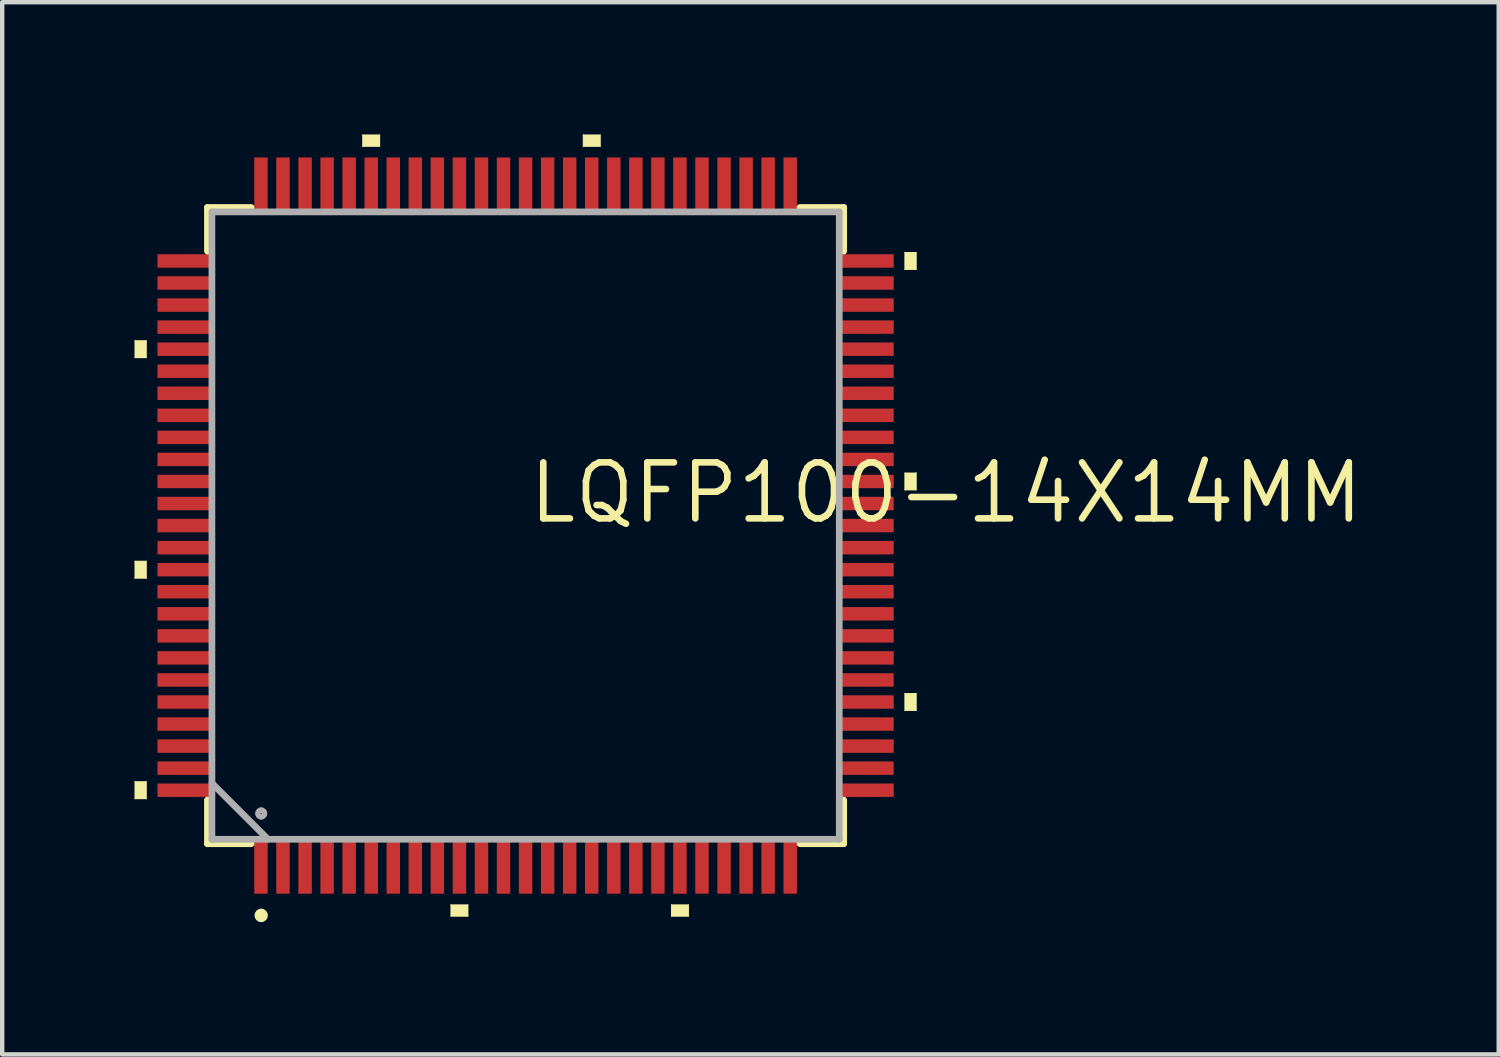
<source format=kicad_pcb>
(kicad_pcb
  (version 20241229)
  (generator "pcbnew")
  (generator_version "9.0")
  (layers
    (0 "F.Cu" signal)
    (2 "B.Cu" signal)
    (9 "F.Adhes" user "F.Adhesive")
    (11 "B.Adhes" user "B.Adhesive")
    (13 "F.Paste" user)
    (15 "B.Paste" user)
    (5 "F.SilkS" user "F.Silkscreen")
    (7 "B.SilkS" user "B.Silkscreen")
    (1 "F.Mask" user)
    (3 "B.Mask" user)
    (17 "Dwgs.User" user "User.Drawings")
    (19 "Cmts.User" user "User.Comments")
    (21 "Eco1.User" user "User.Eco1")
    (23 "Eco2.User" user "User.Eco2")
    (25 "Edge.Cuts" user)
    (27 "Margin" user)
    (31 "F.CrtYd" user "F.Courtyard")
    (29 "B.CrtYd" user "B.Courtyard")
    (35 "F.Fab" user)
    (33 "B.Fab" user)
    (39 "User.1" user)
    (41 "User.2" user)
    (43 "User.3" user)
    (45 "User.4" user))
  (footprint "LQFP100-14X14MM"
    (layer "F.Cu")
    (at 8.867 8.867)
    (property "Reference" "LQFP100-14X14MM" (at 0 0 0) (layer "F.SilkS") (effects (font (size 1.27 1.27) (thickness 0.15)) (justify left bottom)))
    (fp_line (start -8.855 -4.19) (end -8.602 -4.19) (stroke (width 0.025) (type solid)) (layer "F.SilkS"))
    (fp_line (start -8.855 -3.81) (end -8.855 -4.19) (stroke (width 0.025) (type solid)) (layer "F.SilkS"))
    (fp_line (start -8.855 0.81) (end -8.602 0.81) (stroke (width 0.025) (type solid)) (layer "F.SilkS"))
    (fp_line (start -8.855 1.191) (end -8.855 0.81) (stroke (width 0.025) (type solid)) (layer "F.SilkS"))
    (fp_line (start -8.855 5.809) (end -8.602 5.809) (stroke (width 0.025) (type solid)) (layer "F.SilkS"))
    (fp_line (start -8.855 6.191) (end -8.855 5.809) (stroke (width 0.025) (type solid)) (layer "F.SilkS"))
    (fp_line (start -8.602 -4.19) (end -8.602 -3.81) (stroke (width 0.025) (type solid)) (layer "F.SilkS"))
    (fp_line (start -8.602 -3.81) (end -8.855 -3.81) (stroke (width 0.025) (type solid)) (layer "F.SilkS"))
    (fp_line (start -8.602 0.81) (end -8.602 1.191) (stroke (width 0.025) (type solid)) (layer "F.SilkS"))
    (fp_line (start -8.602 1.191) (end -8.855 1.191) (stroke (width 0.025) (type solid)) (layer "F.SilkS"))
    (fp_line (start -8.602 5.809) (end -8.602 6.191) (stroke (width 0.025) (type solid)) (layer "F.SilkS"))
    (fp_line (start -8.602 6.191) (end -8.855 6.191) (stroke (width 0.025) (type solid)) (layer "F.SilkS"))
    (fp_line (start -7.213 -7.213) (end -7.213 -6.223) (stroke (width 0.152) (type solid)) (layer "F.SilkS"))
    (fp_line (start -7.213 6.223) (end -7.213 7.213) (stroke (width 0.152) (type solid)) (layer "F.SilkS"))
    (fp_line (start -7.213 7.213) (end -6.223 7.213) (stroke (width 0.152) (type solid)) (layer "F.SilkS"))
    (fp_line (start -6.223 -7.213) (end -7.213 -7.213) (stroke (width 0.152) (type solid)) (layer "F.SilkS"))
    (fp_line (start -3.691 -8.855) (end -3.31 -8.855) (stroke (width 0.025) (type solid)) (layer "F.SilkS"))
    (fp_line (start -3.691 -8.601) (end -3.691 -8.855) (stroke (width 0.025) (type solid)) (layer "F.SilkS"))
    (fp_line (start -3.31 -8.855) (end -3.31 -8.601) (stroke (width 0.025) (type solid)) (layer "F.SilkS"))
    (fp_line (start -3.31 -8.601) (end -3.691 -8.601) (stroke (width 0.025) (type solid)) (layer "F.SilkS"))
    (fp_line (start -1.691 8.601) (end -1.691 8.855) (stroke (width 0.025) (type solid)) (layer "F.SilkS"))
    (fp_line (start -1.691 8.855) (end -1.309 8.855) (stroke (width 0.025) (type solid)) (layer "F.SilkS"))
    (fp_line (start -1.309 8.601) (end -1.691 8.601) (stroke (width 0.025) (type solid)) (layer "F.SilkS"))
    (fp_line (start -1.309 8.855) (end -1.309 8.601) (stroke (width 0.025) (type solid)) (layer "F.SilkS"))
    (fp_line (start 1.309 -8.855) (end 1.691 -8.855) (stroke (width 0.025) (type solid)) (layer "F.SilkS"))
    (fp_line (start 1.309 -8.601) (end 1.309 -8.855) (stroke (width 0.025) (type solid)) (layer "F.SilkS"))
    (fp_line (start 1.691 -8.855) (end 1.691 -8.601) (stroke (width 0.025) (type solid)) (layer "F.SilkS"))
    (fp_line (start 1.691 -8.601) (end 1.309 -8.601) (stroke (width 0.025) (type solid)) (layer "F.SilkS"))
    (fp_line (start 3.31 8.601) (end 3.31 8.855) (stroke (width 0.025) (type solid)) (layer "F.SilkS"))
    (fp_line (start 3.31 8.855) (end 3.691 8.855) (stroke (width 0.025) (type solid)) (layer "F.SilkS"))
    (fp_line (start 3.691 8.601) (end 3.31 8.601) (stroke (width 0.025) (type solid)) (layer "F.SilkS"))
    (fp_line (start 3.691 8.855) (end 3.691 8.601) (stroke (width 0.025) (type solid)) (layer "F.SilkS"))
    (fp_line (start 6.223 7.213) (end 7.213 7.213) (stroke (width 0.152) (type solid)) (layer "F.SilkS"))
    (fp_line (start 7.213 -7.213) (end 6.223 -7.213) (stroke (width 0.152) (type solid)) (layer "F.SilkS"))
    (fp_line (start 7.213 -6.223) (end 7.213 -7.213) (stroke (width 0.152) (type solid)) (layer "F.SilkS"))
    (fp_line (start 7.213 7.213) (end 7.213 6.223) (stroke (width 0.152) (type solid)) (layer "F.SilkS"))
    (fp_line (start 8.602 -6.191) (end 8.602 -5.809) (stroke (width 0.025) (type solid)) (layer "F.SilkS"))
    (fp_line (start 8.602 -5.809) (end 8.855 -5.809) (stroke (width 0.025) (type solid)) (layer "F.SilkS"))
    (fp_line (start 8.602 -1.191) (end 8.602 -0.81) (stroke (width 0.025) (type solid)) (layer "F.SilkS"))
    (fp_line (start 8.602 -0.81) (end 8.855 -0.81) (stroke (width 0.025) (type solid)) (layer "F.SilkS"))
    (fp_line (start 8.602 3.81) (end 8.602 4.19) (stroke (width 0.025) (type solid)) (layer "F.SilkS"))
    (fp_line (start 8.602 4.19) (end 8.855 4.19) (stroke (width 0.025) (type solid)) (layer "F.SilkS"))
    (fp_line (start 8.855 -6.191) (end 8.602 -6.191) (stroke (width 0.025) (type solid)) (layer "F.SilkS"))
    (fp_line (start 8.855 -5.809) (end 8.855 -6.191) (stroke (width 0.025) (type solid)) (layer "F.SilkS"))
    (fp_line (start 8.855 -1.191) (end 8.602 -1.191) (stroke (width 0.025) (type solid)) (layer "F.SilkS"))
    (fp_line (start 8.855 -0.81) (end 8.855 -1.191) (stroke (width 0.025) (type solid)) (layer "F.SilkS"))
    (fp_line (start 8.855 3.81) (end 8.602 3.81) (stroke (width 0.025) (type solid)) (layer "F.SilkS"))
    (fp_line (start 8.855 4.19) (end 8.855 3.81) (stroke (width 0.025) (type solid)) (layer "F.SilkS"))
    (fp_arc (start -5.995 8.763) (mid -5.919259 8.839) (end -5.995 8.915) (stroke (width 0.152) (type solid)) (layer "F.SilkS"))
    (fp_arc (start -5.994998 8.915) (mid -6.07074 8.839001) (end -5.995 8.763) (stroke (width 0.152) (type solid)) (layer "F.SilkS"))
    (fp_poly (pts (xy -8.601 -3.809) (xy -8.856 -3.809) (xy -8.856 -4.191) (xy -8.601 -4.191)) (stroke (width 0) (type default)) (fill yes) (layer "F.SilkS"))
    (fp_poly (pts (xy -8.601 1.192) (xy -8.856 1.192) (xy -8.856 0.809) (xy -8.601 0.809)) (stroke (width 0) (type default)) (fill yes) (layer "F.SilkS"))
    (fp_poly (pts (xy -8.601 6.192) (xy -8.856 6.192) (xy -8.856 5.808) (xy -8.601 5.808)) (stroke (width 0) (type default)) (fill yes) (layer "F.SilkS"))
    (fp_poly (pts (xy -3.309 -8.6) (xy -3.692 -8.6) (xy -3.692 -8.856) (xy -3.309 -8.856)) (stroke (width 0) (type default)) (fill yes) (layer "F.SilkS"))
    (fp_poly (pts (xy -1.308 8.856) (xy -1.692 8.856) (xy -1.692 8.6) (xy -1.308 8.6)) (stroke (width 0) (type default)) (fill yes) (layer "F.SilkS"))
    (fp_poly (pts (xy 1.692 -8.6) (xy 1.308 -8.6) (xy 1.308 -8.856) (xy 1.692 -8.856)) (stroke (width 0) (type default)) (fill yes) (layer "F.SilkS"))
    (fp_poly (pts (xy 3.692 8.856) (xy 3.309 8.856) (xy 3.309 8.6) (xy 3.692 8.6)) (stroke (width 0) (type default)) (fill yes) (layer "F.SilkS"))
    (fp_poly (pts (xy 8.856 -5.808) (xy 8.601 -5.808) (xy 8.601 -6.192) (xy 8.856 -6.192)) (stroke (width 0) (type default)) (fill yes) (layer "F.SilkS"))
    (fp_poly (pts (xy 8.856 -0.809) (xy 8.601 -0.809) (xy 8.601 -1.192) (xy 8.856 -1.192)) (stroke (width 0) (type default)) (fill yes) (layer "F.SilkS"))
    (fp_poly (pts (xy 8.856 4.191) (xy 8.601 4.191) (xy 8.601 3.809) (xy 8.856 3.809)) (stroke (width 0) (type default)) (fill yes) (layer "F.SilkS"))
    (fp_line (start -7.112 -7.112) (end -7.112 7.112) (stroke (width 0.152) (type solid)) (layer "F.Fab"))
    (fp_line (start -7.112 7.112) (end 7.112 7.112) (stroke (width 0.152) (type solid)) (layer "F.Fab"))
    (fp_line (start -5.842 7.112) (end -7.112 5.841) (stroke (width 0.152) (type solid)) (layer "F.Fab"))
    (fp_line (start 7.112 -7.112) (end -7.112 -7.112) (stroke (width 0.152) (type solid)) (layer "F.Fab"))
    (fp_line (start 7.112 7.112) (end 7.112 -7.112) (stroke (width 0.152) (type solid)) (layer "F.Fab"))
    (fp_arc (start -5.995 6.452) (mid -5.918866 6.5275) (end -5.995 6.603) (stroke (width 0.127) (type solid)) (layer "F.Fab"))
    (fp_arc (start -5.994998 6.603) (mid -6.071133 6.527501) (end -5.995 6.452) (stroke (width 0.127) (type solid)) (layer "F.Fab"))
    (pad "1" smd rect (at -6 7.75 270) (size 1.194 0.305) (layers "F.Cu" "F.Mask" "F.Paste"))
    (pad "2" smd rect (at -5.5 7.75 270) (size 1.194 0.305) (layers "F.Cu" "F.Mask" "F.Paste"))
    (pad "3" smd rect (at -5 7.75 270) (size 1.194 0.305) (layers "F.Cu" "F.Mask" "F.Paste"))
    (pad "4" smd rect (at -4.5 7.75 270) (size 1.194 0.305) (layers "F.Cu" "F.Mask" "F.Paste"))
    (pad "5" smd rect (at -4 7.75 270) (size 1.194 0.305) (layers "F.Cu" "F.Mask" "F.Paste"))
    (pad "6" smd rect (at -3.5 7.75 270) (size 1.194 0.305) (layers "F.Cu" "F.Mask" "F.Paste"))
    (pad "7" smd rect (at -3 7.75 270) (size 1.194 0.305) (layers "F.Cu" "F.Mask" "F.Paste"))
    (pad "8" smd rect (at -2.5 7.75 270) (size 1.194 0.305) (layers "F.Cu" "F.Mask" "F.Paste"))
    (pad "9" smd rect (at -2 7.75 270) (size 1.194 0.305) (layers "F.Cu" "F.Mask" "F.Paste"))
    (pad "10" smd rect (at -1.5 7.75 270) (size 1.194 0.305) (layers "F.Cu" "F.Mask" "F.Paste"))
    (pad "11" smd rect (at -1 7.75 270) (size 1.194 0.305) (layers "F.Cu" "F.Mask" "F.Paste"))
    (pad "12" smd rect (at -0.5 7.75 270) (size 1.194 0.305) (layers "F.Cu" "F.Mask" "F.Paste"))
    (pad "13" smd rect (at 0 7.75 270) (size 1.194 0.305) (layers "F.Cu" "F.Mask" "F.Paste"))
    (pad "14" smd rect (at 0.5 7.75 270) (size 1.194 0.305) (layers "F.Cu" "F.Mask" "F.Paste"))
    (pad "15" smd rect (at 1 7.75 270) (size 1.194 0.305) (layers "F.Cu" "F.Mask" "F.Paste"))
    (pad "16" smd rect (at 1.5 7.75 270) (size 1.194 0.305) (layers "F.Cu" "F.Mask" "F.Paste"))
    (pad "17" smd rect (at 2 7.75 270) (size 1.194 0.305) (layers "F.Cu" "F.Mask" "F.Paste"))
    (pad "18" smd rect (at 2.5 7.75 270) (size 1.194 0.305) (layers "F.Cu" "F.Mask" "F.Paste"))
    (pad "19" smd rect (at 3 7.75 270) (size 1.194 0.305) (layers "F.Cu" "F.Mask" "F.Paste"))
    (pad "20" smd rect (at 3.5 7.75 270) (size 1.194 0.305) (layers "F.Cu" "F.Mask" "F.Paste"))
    (pad "21" smd rect (at 4 7.75 270) (size 1.194 0.305) (layers "F.Cu" "F.Mask" "F.Paste"))
    (pad "22" smd rect (at 4.5 7.75 270) (size 1.194 0.305) (layers "F.Cu" "F.Mask" "F.Paste"))
    (pad "23" smd rect (at 5 7.75 270) (size 1.194 0.305) (layers "F.Cu" "F.Mask" "F.Paste"))
    (pad "24" smd rect (at 5.5 7.75 270) (size 1.194 0.305) (layers "F.Cu" "F.Mask" "F.Paste"))
    (pad "25" smd rect (at 6 7.75 270) (size 1.194 0.305) (layers "F.Cu" "F.Mask" "F.Paste"))
    (pad "26" smd rect (at 7.75 6 1.332113705e-14) (size 1.194 0.305) (layers "F.Cu" "F.Mask" "F.Paste"))
    (pad "27" smd rect (at 7.75 5.5 1.332113705e-14) (size 1.194 0.305) (layers "F.Cu" "F.Mask" "F.Paste"))
    (pad "28" smd rect (at 7.75 5 1.332113705e-14) (size 1.194 0.305) (layers "F.Cu" "F.Mask" "F.Paste"))
    (pad "29" smd rect (at 7.75 4.5 1.332113705e-14) (size 1.194 0.305) (layers "F.Cu" "F.Mask" "F.Paste"))
    (pad "30" smd rect (at 7.75 4 1.332113705e-14) (size 1.194 0.305) (layers "F.Cu" "F.Mask" "F.Paste"))
    (pad "31" smd rect (at 7.75 3.5 1.332113705e-14) (size 1.194 0.305) (layers "F.Cu" "F.Mask" "F.Paste"))
    (pad "32" smd rect (at 7.75 3 1.332113705e-14) (size 1.194 0.305) (layers "F.Cu" "F.Mask" "F.Paste"))
    (pad "33" smd rect (at 7.75 2.5 1.332113705e-14) (size 1.194 0.305) (layers "F.Cu" "F.Mask" "F.Paste"))
    (pad "34" smd rect (at 7.75 2 1.332113705e-14) (size 1.194 0.305) (layers "F.Cu" "F.Mask" "F.Paste"))
    (pad "35" smd rect (at 7.75 1.5 1.332113705e-14) (size 1.194 0.305) (layers "F.Cu" "F.Mask" "F.Paste"))
    (pad "36" smd rect (at 7.75 1 1.332113705e-14) (size 1.194 0.305) (layers "F.Cu" "F.Mask" "F.Paste"))
    (pad "37" smd rect (at 7.75 0.5 1.332113705e-14) (size 1.194 0.305) (layers "F.Cu" "F.Mask" "F.Paste"))
    (pad "38" smd rect (at 7.75 0 1.332113705e-14) (size 1.194 0.305) (layers "F.Cu" "F.Mask" "F.Paste"))
    (pad "39" smd rect (at 7.75 -0.5 1.332113705e-14) (size 1.194 0.305) (layers "F.Cu" "F.Mask" "F.Paste"))
    (pad "40" smd rect (at 7.75 -1 1.332113705e-14) (size 1.194 0.305) (layers "F.Cu" "F.Mask" "F.Paste"))
    (pad "41" smd rect (at 7.75 -1.5 1.332113705e-14) (size 1.194 0.305) (layers "F.Cu" "F.Mask" "F.Paste"))
    (pad "42" smd rect (at 7.75 -2 1.332113705e-14) (size 1.194 0.305) (layers "F.Cu" "F.Mask" "F.Paste"))
    (pad "43" smd rect (at 7.75 -2.5 1.332113705e-14) (size 1.194 0.305) (layers "F.Cu" "F.Mask" "F.Paste"))
    (pad "44" smd rect (at 7.75 -3 1.332113705e-14) (size 1.194 0.305) (layers "F.Cu" "F.Mask" "F.Paste"))
    (pad "45" smd rect (at 7.75 -3.5 1.332113705e-14) (size 1.194 0.305) (layers "F.Cu" "F.Mask" "F.Paste"))
    (pad "46" smd rect (at 7.75 -4 1.332113705e-14) (size 1.194 0.305) (layers "F.Cu" "F.Mask" "F.Paste"))
    (pad "47" smd rect (at 7.75 -4.5 1.332113705e-14) (size 1.194 0.305) (layers "F.Cu" "F.Mask" "F.Paste"))
    (pad "48" smd rect (at 7.75 -5 1.332113705e-14) (size 1.194 0.305) (layers "F.Cu" "F.Mask" "F.Paste"))
    (pad "49" smd rect (at 7.75 -5.5 1.332113705e-14) (size 1.194 0.305) (layers "F.Cu" "F.Mask" "F.Paste"))
    (pad "50" smd rect (at 7.75 -6 1.332113705e-14) (size 1.194 0.305) (layers "F.Cu" "F.Mask" "F.Paste"))
    (pad "51" smd rect (at 6 -7.75 270) (size 1.194 0.305) (layers "F.Cu" "F.Mask" "F.Paste"))
    (pad "52" smd rect (at 5.5 -7.75 270) (size 1.194 0.305) (layers "F.Cu" "F.Mask" "F.Paste"))
    (pad "53" smd rect (at 5 -7.75 270) (size 1.194 0.305) (layers "F.Cu" "F.Mask" "F.Paste"))
    (pad "54" smd rect (at 4.5 -7.75 270) (size 1.194 0.305) (layers "F.Cu" "F.Mask" "F.Paste"))
    (pad "55" smd rect (at 4 -7.75 270) (size 1.194 0.305) (layers "F.Cu" "F.Mask" "F.Paste"))
    (pad "56" smd rect (at 3.5 -7.75 270) (size 1.194 0.305) (layers "F.Cu" "F.Mask" "F.Paste"))
    (pad "57" smd rect (at 3 -7.75 270) (size 1.194 0.305) (layers "F.Cu" "F.Mask" "F.Paste"))
    (pad "58" smd rect (at 2.5 -7.75 270) (size 1.194 0.305) (layers "F.Cu" "F.Mask" "F.Paste"))
    (pad "59" smd rect (at 2 -7.75 270) (size 1.194 0.305) (layers "F.Cu" "F.Mask" "F.Paste"))
    (pad "60" smd rect (at 1.5 -7.75 270) (size 1.194 0.305) (layers "F.Cu" "F.Mask" "F.Paste"))
    (pad "61" smd rect (at 1 -7.75 270) (size 1.194 0.305) (layers "F.Cu" "F.Mask" "F.Paste"))
    (pad "62" smd rect (at 0.5 -7.75 270) (size 1.194 0.305) (layers "F.Cu" "F.Mask" "F.Paste"))
    (pad "63" smd rect (at 0 -7.75 270) (size 1.194 0.305) (layers "F.Cu" "F.Mask" "F.Paste"))
    (pad "64" smd rect (at -0.5 -7.75 270) (size 1.194 0.305) (layers "F.Cu" "F.Mask" "F.Paste"))
    (pad "65" smd rect (at -1 -7.75 270) (size 1.194 0.305) (layers "F.Cu" "F.Mask" "F.Paste"))
    (pad "66" smd rect (at -1.5 -7.75 270) (size 1.194 0.305) (layers "F.Cu" "F.Mask" "F.Paste"))
    (pad "67" smd rect (at -2 -7.75 270) (size 1.194 0.305) (layers "F.Cu" "F.Mask" "F.Paste"))
    (pad "68" smd rect (at -2.5 -7.75 270) (size 1.194 0.305) (layers "F.Cu" "F.Mask" "F.Paste"))
    (pad "69" smd rect (at -3 -7.75 270) (size 1.194 0.305) (layers "F.Cu" "F.Mask" "F.Paste"))
    (pad "70" smd rect (at -3.5 -7.75 270) (size 1.194 0.305) (layers "F.Cu" "F.Mask" "F.Paste"))
    (pad "71" smd rect (at -4 -7.75 270) (size 1.194 0.305) (layers "F.Cu" "F.Mask" "F.Paste"))
    (pad "72" smd rect (at -4.5 -7.75 270) (size 1.194 0.305) (layers "F.Cu" "F.Mask" "F.Paste"))
    (pad "73" smd rect (at -5 -7.75 270) (size 1.194 0.305) (layers "F.Cu" "F.Mask" "F.Paste"))
    (pad "74" smd rect (at -5.5 -7.75 270) (size 1.194 0.305) (layers "F.Cu" "F.Mask" "F.Paste"))
    (pad "75" smd rect (at -6 -7.75 270) (size 1.194 0.305) (layers "F.Cu" "F.Mask" "F.Paste"))
    (pad "76" smd rect (at -7.75 -6 1.332113705e-14) (size 1.194 0.305) (layers "F.Cu" "F.Mask" "F.Paste"))
    (pad "77" smd rect (at -7.75 -5.5 1.332113705e-14) (size 1.194 0.305) (layers "F.Cu" "F.Mask" "F.Paste"))
    (pad "78" smd rect (at -7.75 -5 1.332113705e-14) (size 1.194 0.305) (layers "F.Cu" "F.Mask" "F.Paste"))
    (pad "79" smd rect (at -7.75 -4.5 1.332113705e-14) (size 1.194 0.305) (layers "F.Cu" "F.Mask" "F.Paste"))
    (pad "80" smd rect (at -7.75 -4 1.332113705e-14) (size 1.194 0.305) (layers "F.Cu" "F.Mask" "F.Paste"))
    (pad "81" smd rect (at -7.75 -3.5 1.332113705e-14) (size 1.194 0.305) (layers "F.Cu" "F.Mask" "F.Paste"))
    (pad "82" smd rect (at -7.75 -3 1.332113705e-14) (size 1.194 0.305) (layers "F.Cu" "F.Mask" "F.Paste"))
    (pad "83" smd rect (at -7.75 -2.5 1.332113705e-14) (size 1.194 0.305) (layers "F.Cu" "F.Mask" "F.Paste"))
    (pad "84" smd rect (at -7.75 -2 1.332113705e-14) (size 1.194 0.305) (layers "F.Cu" "F.Mask" "F.Paste"))
    (pad "85" smd rect (at -7.75 -1.5 1.332113705e-14) (size 1.194 0.305) (layers "F.Cu" "F.Mask" "F.Paste"))
    (pad "86" smd rect (at -7.75 -1 1.332113705e-14) (size 1.194 0.305) (layers "F.Cu" "F.Mask" "F.Paste"))
    (pad "87" smd rect (at -7.75 -0.5 1.332113705e-14) (size 1.194 0.305) (layers "F.Cu" "F.Mask" "F.Paste"))
    (pad "88" smd rect (at -7.75 0 1.332113705e-14) (size 1.194 0.305) (layers "F.Cu" "F.Mask" "F.Paste"))
    (pad "89" smd rect (at -7.75 0.5 1.332113705e-14) (size 1.194 0.305) (layers "F.Cu" "F.Mask" "F.Paste"))
    (pad "90" smd rect (at -7.75 1 1.332113705e-14) (size 1.194 0.305) (layers "F.Cu" "F.Mask" "F.Paste"))
    (pad "91" smd rect (at -7.75 1.5 1.332113705e-14) (size 1.194 0.305) (layers "F.Cu" "F.Mask" "F.Paste"))
    (pad "92" smd rect (at -7.75 2 1.332113705e-14) (size 1.194 0.305) (layers "F.Cu" "F.Mask" "F.Paste"))
    (pad "93" smd rect (at -7.75 2.5 1.332113705e-14) (size 1.194 0.305) (layers "F.Cu" "F.Mask" "F.Paste"))
    (pad "94" smd rect (at -7.75 3 1.332113705e-14) (size 1.194 0.305) (layers "F.Cu" "F.Mask" "F.Paste"))
    (pad "95" smd rect (at -7.75 3.5 1.332113705e-14) (size 1.194 0.305) (layers "F.Cu" "F.Mask" "F.Paste"))
    (pad "96" smd rect (at -7.75 4 1.332113705e-14) (size 1.194 0.305) (layers "F.Cu" "F.Mask" "F.Paste"))
    (pad "97" smd rect (at -7.75 4.5 1.332113705e-14) (size 1.194 0.305) (layers "F.Cu" "F.Mask" "F.Paste"))
    (pad "98" smd rect (at -7.75 5 1.332113705e-14) (size 1.194 0.305) (layers "F.Cu" "F.Mask" "F.Paste"))
    (pad "99" smd rect (at -7.75 5.5 1.332113705e-14) (size 1.194 0.305) (layers "F.Cu" "F.Mask" "F.Paste"))
    (pad "100" smd rect (at -7.75 6 1.332113705e-14) (size 1.194 0.305) (layers "F.Cu" "F.Mask" "F.Paste")))
  (gr_rect
    (start -3 -3)
    (end 30.932 20.858)
    (stroke (width 0.1) (type default))
    (fill no)
    (layer "Edge.Cuts")))
</source>
